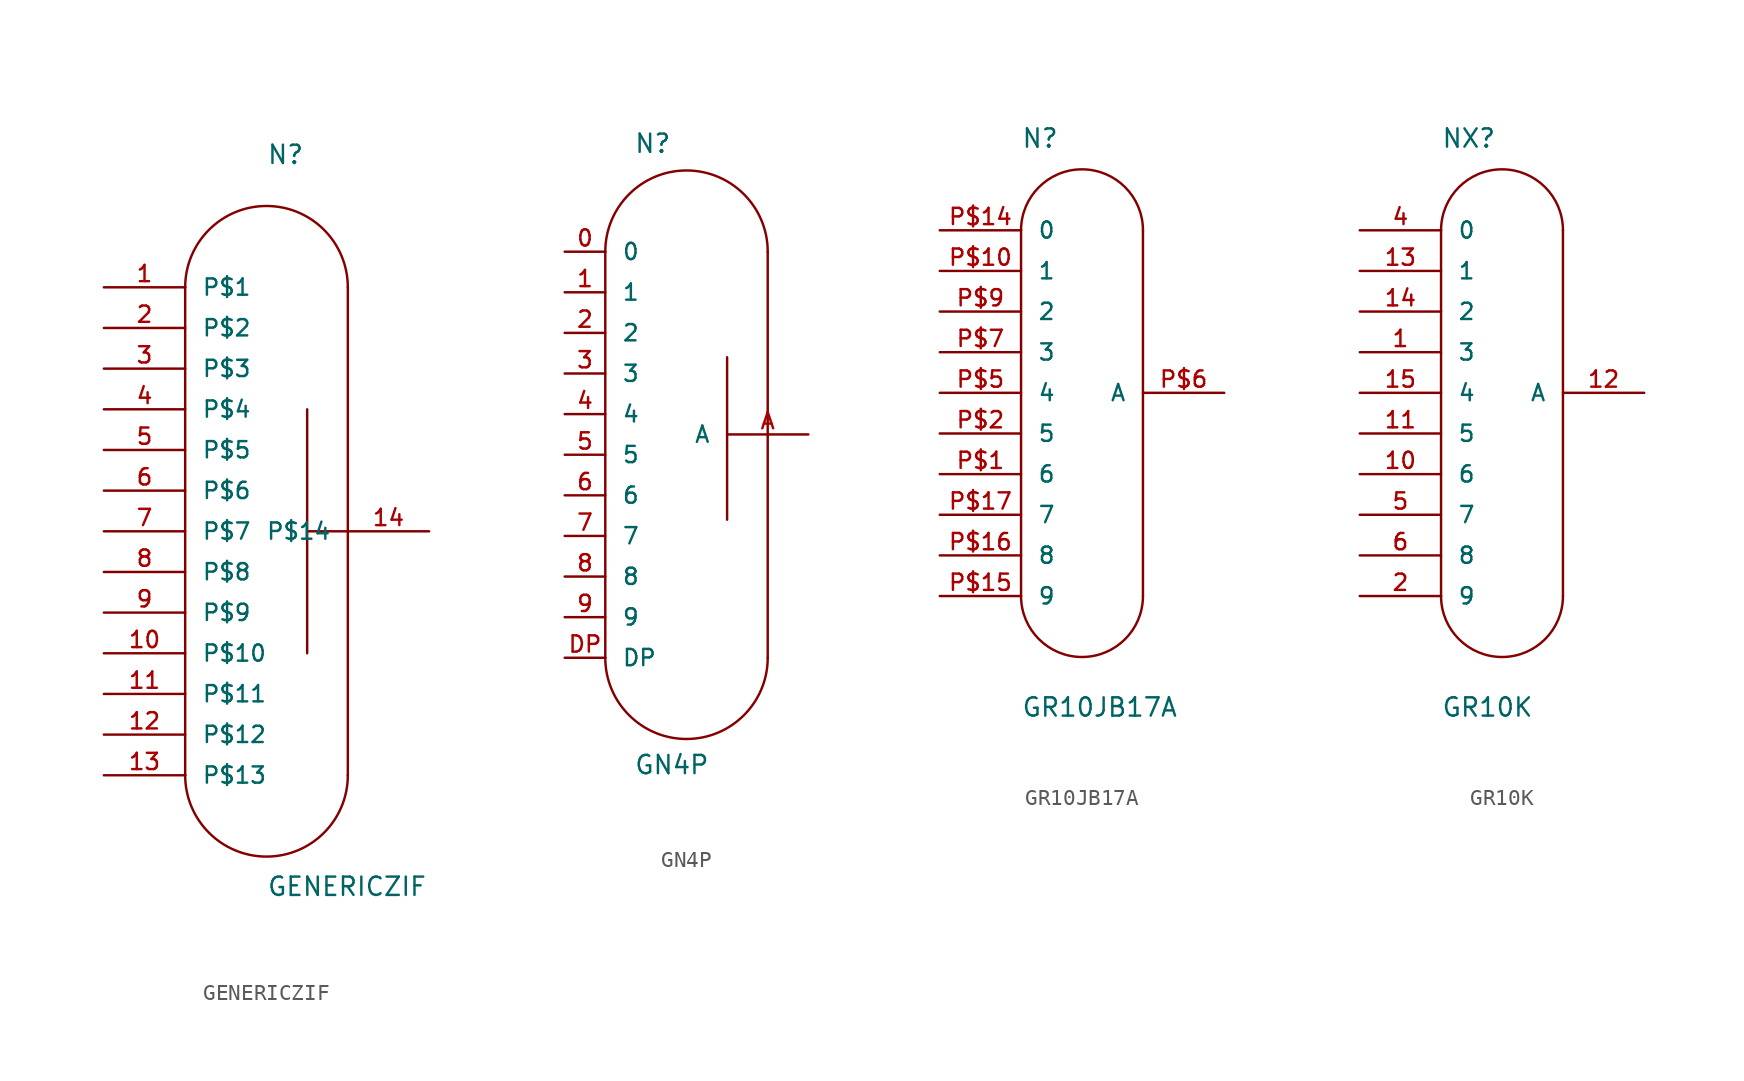
<source format=kicad_sym>
(kicad_symbol_lib
  (version 20211014)
  (generator kicad_symbol_editor)
  (symbol "GENERICZIF"
    (pin_names
      (offset 1.016))
    (property "Reference" "N"
      (at 0 22.86 0)
      (effects (font (size 1.143 1.143)) (justify left bottom)))
    (property "Value" "GENERICZIF"
      (at 0 -22.86 0)
      (effects (font (size 1.143 1.143)) (justify left bottom)))
    (property "ki_locked" ""
      (at 0 0 0)
      (effects (font (size 1.27 1.27))))
    (symbol "GENERICZIF_1_0"
      (polyline (pts (xy -5.08 15.24) (xy -5.08 -15.24)) (stroke (width 0) (type default) (color 0 0 0 0)) (fill (type none)))
      (polyline (pts (xy 2.54 0) (xy 2.54 -7.62)) (stroke (width 0) (type default) (color 0 0 0 0)) (fill (type none)))
      (polyline (pts (xy 2.54 7.62) (xy 2.54 0)) (stroke (width 0) (type default) (color 0 0 0 0)) (fill (type none)))
      (polyline (pts (xy 5.08 0) (xy 2.54 0)) (stroke (width 0) (type default) (color 0 0 0 0)) (fill (type none)))
      (polyline (pts (xy 5.08 0) (xy 5.08 -15.24)) (stroke (width 0) (type default) (color 0 0 0 0)) (fill (type none)))
      (polyline (pts (xy 5.08 15.24) (xy 5.08 0)) (stroke (width 0) (type default) (color 0 0 0 0)) (fill (type none))))
    (symbol "GENERICZIF_1_1"
      (arc (start -5.08 -15.24) (mid 0 -20.32) (end 5.08 -15.24) (stroke (width 0) (type default) (color 0 0 0 0)) (fill (type none)))
      (arc (start 5.08 15.24) (mid 0 20.32) (end -5.08 15.24) (stroke (width 0) (type default) (color 0 0 0 0)) (fill (type none)))
      (pin passive line (at -10.16 15.24 0) (length 5.08) (name "P$1" (effects (font (size 1.016 1.016)))) (number "1" (effects (font (size 1.016 1.016)))))
      (pin passive line (at -10.16 -7.62 0) (length 5.08) (name "P$10" (effects (font (size 1.016 1.016)))) (number "10" (effects (font (size 1.016 1.016)))))
      (pin passive line (at -10.16 -10.16 0) (length 5.08) (name "P$11" (effects (font (size 1.016 1.016)))) (number "11" (effects (font (size 1.016 1.016)))))
      (pin passive line (at -10.16 -12.7 0) (length 5.08) (name "P$12" (effects (font (size 1.016 1.016)))) (number "12" (effects (font (size 1.016 1.016)))))
      (pin passive line (at -10.16 -15.24 0) (length 5.08) (name "P$13" (effects (font (size 1.016 1.016)))) (number "13" (effects (font (size 1.016 1.016)))))
      (pin passive line (at 10.16 0 180) (length 5.08) (name "P$14" (effects (font (size 1.016 1.016)))) (number "14" (effects (font (size 1.016 1.016)))))
      (pin passive line (at -10.16 12.7 0) (length 5.08) (name "P$2" (effects (font (size 1.016 1.016)))) (number "2" (effects (font (size 1.016 1.016)))))
      (pin passive line (at -10.16 10.16 0) (length 5.08) (name "P$3" (effects (font (size 1.016 1.016)))) (number "3" (effects (font (size 1.016 1.016)))))
      (pin passive line (at -10.16 7.62 0) (length 5.08) (name "P$4" (effects (font (size 1.016 1.016)))) (number "4" (effects (font (size 1.016 1.016)))))
      (pin passive line (at -10.16 5.08 0) (length 5.08) (name "P$5" (effects (font (size 1.016 1.016)))) (number "5" (effects (font (size 1.016 1.016)))))
      (pin passive line (at -10.16 2.54 0) (length 5.08) (name "P$6" (effects (font (size 1.016 1.016)))) (number "6" (effects (font (size 1.016 1.016)))))
      (pin passive line (at -10.16 0 0) (length 5.08) (name "P$7" (effects (font (size 1.016 1.016)))) (number "7" (effects (font (size 1.016 1.016)))))
      (pin passive line (at -10.16 -2.54 0) (length 5.08) (name "P$8" (effects (font (size 1.016 1.016)))) (number "8" (effects (font (size 1.016 1.016)))))
      (pin passive line (at -10.16 -5.08 0) (length 5.08) (name "P$9" (effects (font (size 1.016 1.016)))) (number "9" (effects (font (size 1.016 1.016)))))))
  (symbol "GN4P"
    (pin_names
      (offset 1.016))
    (property "Reference" "N"
      (at -38.862 41.656 0)
      (effects (font (size 1.143 1.143)) (justify left bottom)))
    (property "Value" "GN4P"
      (at -38.862 2.794 0)
      (effects (font (size 1.143 1.143)) (justify left bottom)))
    (property "ki_locked" ""
      (at 0 0 0)
      (effects (font (size 1.27 1.27))))
    (symbol "GN4P_1_0"
      (polyline (pts (xy -40.64 35.56) (xy -40.64 10.16)) (stroke (width 0) (type default) (color 0 0 0 0)) (fill (type none)))
      (polyline (pts (xy -33.02 28.956) (xy -33.02 18.796)) (stroke (width 0) (type default) (color 0 0 0 0)) (fill (type none)))
      (polyline (pts (xy -30.48 35.56) (xy -30.48 10.16)) (stroke (width 0) (type default) (color 0 0 0 0)) (fill (type none))))
    (symbol "GN4P_1_1"
      (arc (start -40.64 10.16) (mid -35.56 5.08) (end -30.48 10.16) (stroke (width 0) (type default) (color 0 0 0 0)) (fill (type none)))
      (arc (start -30.48 35.56) (mid -35.56 40.64) (end -40.64 35.56) (stroke (width 0) (type default) (color 0 0 0 0)) (fill (type none)))
      (pin passive line (at -43.18 35.56 0) (length 2.54) (name "0" (effects (font (size 1.016 1.016)))) (number "0" (effects (font (size 1.016 1.016)))))
      (pin passive line (at -43.18 33.02 0) (length 2.54) (name "1" (effects (font (size 1.016 1.016)))) (number "1" (effects (font (size 1.016 1.016)))))
      (pin passive line (at -43.18 30.48 0) (length 2.54) (name "2" (effects (font (size 1.016 1.016)))) (number "2" (effects (font (size 1.016 1.016)))))
      (pin passive line (at -43.18 27.94 0) (length 2.54) (name "3" (effects (font (size 1.016 1.016)))) (number "3" (effects (font (size 1.016 1.016)))))
      (pin passive line (at -43.18 25.4 0) (length 2.54) (name "4" (effects (font (size 1.016 1.016)))) (number "4" (effects (font (size 1.016 1.016)))))
      (pin passive line (at -43.18 22.86 0) (length 2.54) (name "5" (effects (font (size 1.016 1.016)))) (number "5" (effects (font (size 1.016 1.016)))))
      (pin passive line (at -43.18 20.32 0) (length 2.54) (name "6" (effects (font (size 1.016 1.016)))) (number "6" (effects (font (size 1.016 1.016)))))
      (pin passive line (at -43.18 17.78 0) (length 2.54) (name "7" (effects (font (size 1.016 1.016)))) (number "7" (effects (font (size 1.016 1.016)))))
      (pin passive line (at -43.18 15.24 0) (length 2.54) (name "8" (effects (font (size 1.016 1.016)))) (number "8" (effects (font (size 1.016 1.016)))))
      (pin passive line (at -43.18 12.7 0) (length 2.54) (name "9" (effects (font (size 1.016 1.016)))) (number "9" (effects (font (size 1.016 1.016)))))
      (pin passive line (at -27.94 24.13 180) (length 5.08) (name "A" (effects (font (size 1.016 1.016)))) (number "A" (effects (font (size 1.016 1.016)))))
      (pin passive line (at -43.18 10.16 0) (length 2.54) (name "DP" (effects (font (size 1.016 1.016)))) (number "DP" (effects (font (size 1.016 1.016)))))))
  (symbol "GR10JB17A"
    (pin_names
      (offset 1.016))
    (property "Reference" "N"
      (at -22.86 12.7 0)
      (effects (font (size 1.143 1.143)) (justify left bottom)))
    (property "Value" "GR10JB17A"
      (at -22.86 -22.86 0)
      (effects (font (size 1.143 1.143)) (justify left bottom)))
    (property "ki_locked" ""
      (at 0 0 0)
      (effects (font (size 1.27 1.27))))
    (symbol "GR10JB17A_1_0"
      (polyline (pts (xy -22.86 7.62) (xy -22.86 -15.24)) (stroke (width 0) (type default) (color 0 0 0 0)) (fill (type none)))
      (polyline (pts (xy -15.24 7.62) (xy -15.24 -15.24)) (stroke (width 0) (type default) (color 0 0 0 0)) (fill (type none))))
    (symbol "GR10JB17A_1_1"
      (arc (start -22.86 -15.24) (mid -19.05 -19.05) (end -15.24 -15.24) (stroke (width 0) (type default) (color 0 0 0 0)) (fill (type none)))
      (arc (start -15.24 7.62) (mid -19.05 11.43) (end -22.86 7.62) (stroke (width 0) (type default) (color 0 0 0 0)) (fill (type none)))
      (pin passive line (at -27.94 -7.62 0) (length 5.08) (name "6" (effects (font (size 1.016 1.016)))) (number "P$1" (effects (font (size 1.016 1.016)))))
      (pin passive line (at -27.94 5.08 0) (length 5.08) (name "1" (effects (font (size 1.016 1.016)))) (number "P$10" (effects (font (size 1.016 1.016)))))
      (pin passive line (at -27.94 7.62 0) (length 5.08) (name "0" (effects (font (size 1.016 1.016)))) (number "P$14" (effects (font (size 1.016 1.016)))))
      (pin passive line (at -27.94 -15.24 0) (length 5.08) (name "9" (effects (font (size 1.016 1.016)))) (number "P$15" (effects (font (size 1.016 1.016)))))
      (pin passive line (at -27.94 -12.7 0) (length 5.08) (name "8" (effects (font (size 1.016 1.016)))) (number "P$16" (effects (font (size 1.016 1.016)))))
      (pin passive line (at -27.94 -10.16 0) (length 5.08) (name "7" (effects (font (size 1.016 1.016)))) (number "P$17" (effects (font (size 1.016 1.016)))))
      (pin passive line (at -27.94 -5.08 0) (length 5.08) (name "5" (effects (font (size 1.016 1.016)))) (number "P$2" (effects (font (size 1.016 1.016)))))
      (pin passive line (at -27.94 -2.54 0) (length 5.08) (name "4" (effects (font (size 1.016 1.016)))) (number "P$5" (effects (font (size 1.016 1.016)))))
      (pin passive line (at -10.16 -2.54 180) (length 5.08) (name "A" (effects (font (size 1.016 1.016)))) (number "P$6" (effects (font (size 1.016 1.016)))))
      (pin passive line (at -27.94 0 0) (length 5.08) (name "3" (effects (font (size 1.016 1.016)))) (number "P$7" (effects (font (size 1.016 1.016)))))
      (pin passive line (at -27.94 2.54 0) (length 5.08) (name "2" (effects (font (size 1.016 1.016)))) (number "P$9" (effects (font (size 1.016 1.016)))))))
  (symbol "GR10K"
    (pin_names
      (offset 1.016))
    (property "Reference" "NX"
      (at -22.86 12.7 0)
      (effects (font (size 1.143 1.143)) (justify left bottom)))
    (property "Value" "GR10K"
      (at -22.86 -22.86 0)
      (effects (font (size 1.143 1.143)) (justify left bottom)))
    (property "ki_locked" ""
      (at 0 0 0)
      (effects (font (size 1.27 1.27))))
    (symbol "GR10K_1_0"
      (polyline (pts (xy -22.86 7.62) (xy -22.86 -15.24)) (stroke (width 0) (type default) (color 0 0 0 0)) (fill (type none)))
      (polyline (pts (xy -15.24 7.62) (xy -15.24 -15.24)) (stroke (width 0) (type default) (color 0 0 0 0)) (fill (type none))))
    (symbol "GR10K_1_1"
      (arc (start -22.86 -15.24) (mid -19.05 -19.05) (end -15.24 -15.24) (stroke (width 0) (type default) (color 0 0 0 0)) (fill (type none)))
      (arc (start -15.24 7.62) (mid -19.05 11.43) (end -22.86 7.62) (stroke (width 0) (type default) (color 0 0 0 0)) (fill (type none)))
      (pin passive line (at -27.94 0 0) (length 5.08) (name "3" (effects (font (size 1.016 1.016)))) (number "1" (effects (font (size 1.016 1.016)))))
      (pin passive line (at -27.94 -7.62 0) (length 5.08) (name "6" (effects (font (size 1.016 1.016)))) (number "10" (effects (font (size 1.016 1.016)))))
      (pin passive line (at -27.94 -5.08 0) (length 5.08) (name "5" (effects (font (size 1.016 1.016)))) (number "11" (effects (font (size 1.016 1.016)))))
      (pin passive line (at -10.16 -2.54 180) (length 5.08) (name "A" (effects (font (size 1.016 1.016)))) (number "12" (effects (font (size 1.016 1.016)))))
      (pin passive line (at -27.94 5.08 0) (length 5.08) (name "1" (effects (font (size 1.016 1.016)))) (number "13" (effects (font (size 1.016 1.016)))))
      (pin passive line (at -27.94 2.54 0) (length 5.08) (name "2" (effects (font (size 1.016 1.016)))) (number "14" (effects (font (size 1.016 1.016)))))
      (pin passive line (at -27.94 -2.54 0) (length 5.08) (name "4" (effects (font (size 1.016 1.016)))) (number "15" (effects (font (size 1.016 1.016)))))
      (pin passive line (at -27.94 -15.24 0) (length 5.08) (name "9" (effects (font (size 1.016 1.016)))) (number "2" (effects (font (size 1.016 1.016)))))
      (pin passive line (at -27.94 7.62 0) (length 5.08) (name "0" (effects (font (size 1.016 1.016)))) (number "4" (effects (font (size 1.016 1.016)))))
      (pin passive line (at -27.94 -10.16 0) (length 5.08) (name "7" (effects (font (size 1.016 1.016)))) (number "5" (effects (font (size 1.016 1.016)))))
      (pin passive line (at -27.94 -12.7 0) (length 5.08) (name "8" (effects (font (size 1.016 1.016)))) (number "6" (effects (font (size 1.016 1.016))))))))
</source>
